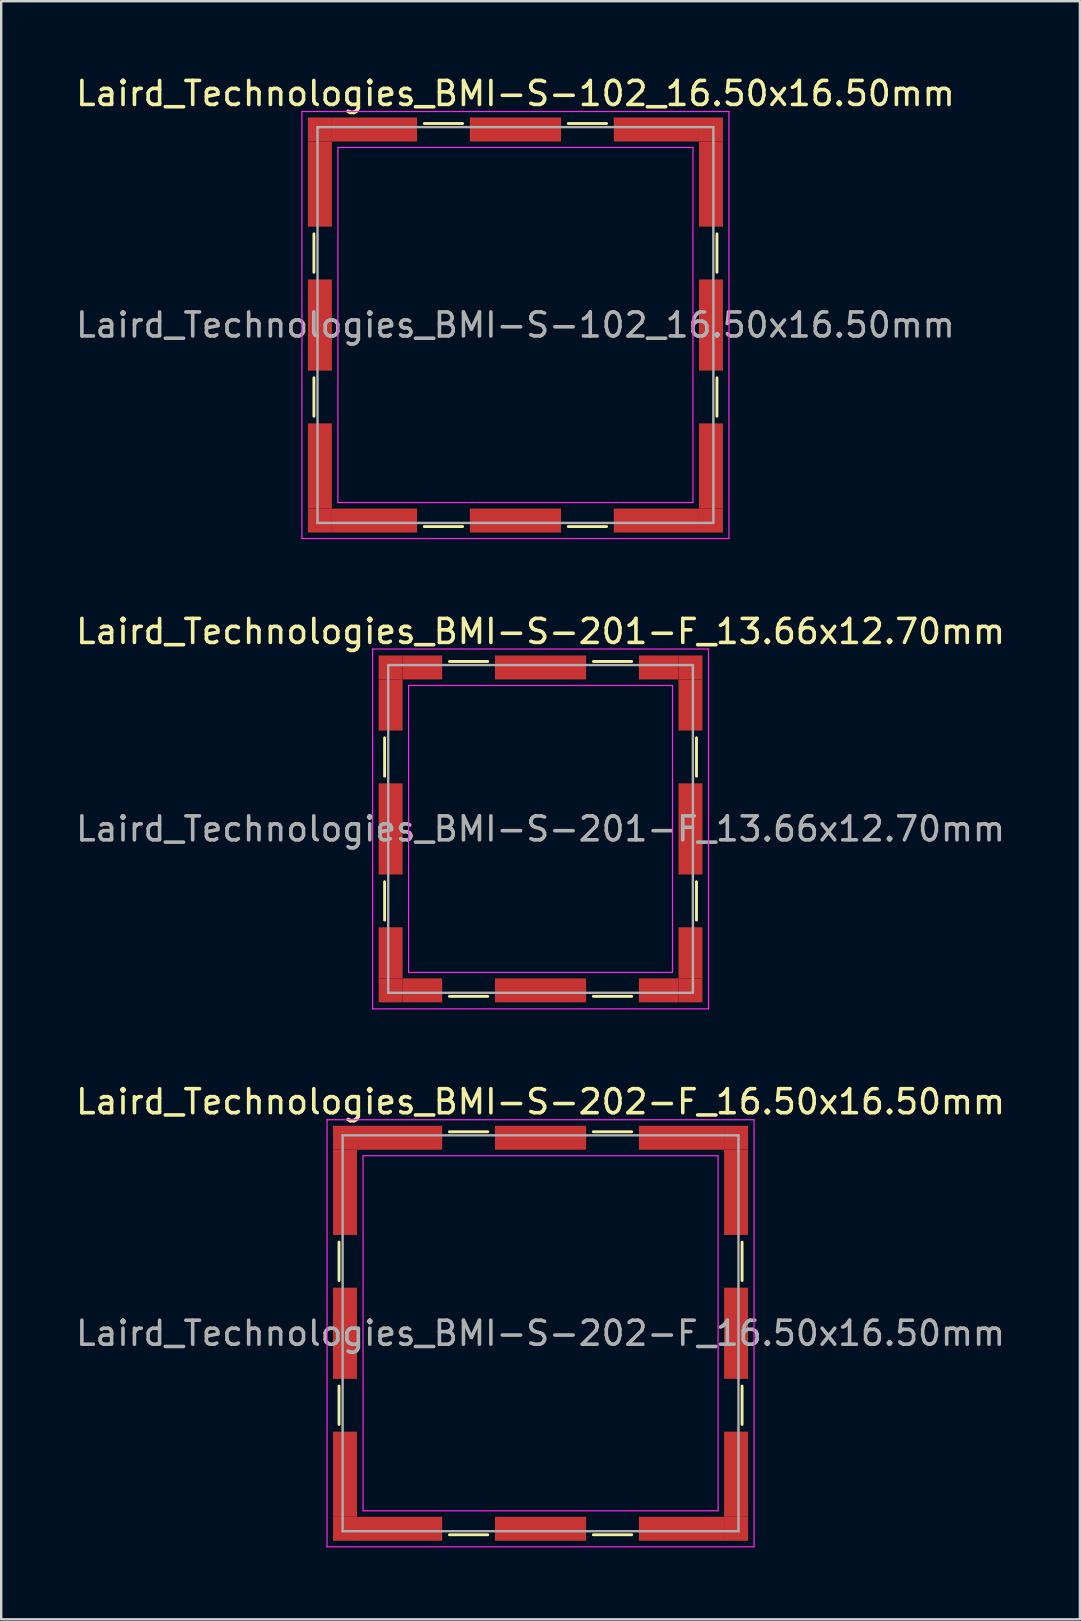
<source format=kicad_pcb>
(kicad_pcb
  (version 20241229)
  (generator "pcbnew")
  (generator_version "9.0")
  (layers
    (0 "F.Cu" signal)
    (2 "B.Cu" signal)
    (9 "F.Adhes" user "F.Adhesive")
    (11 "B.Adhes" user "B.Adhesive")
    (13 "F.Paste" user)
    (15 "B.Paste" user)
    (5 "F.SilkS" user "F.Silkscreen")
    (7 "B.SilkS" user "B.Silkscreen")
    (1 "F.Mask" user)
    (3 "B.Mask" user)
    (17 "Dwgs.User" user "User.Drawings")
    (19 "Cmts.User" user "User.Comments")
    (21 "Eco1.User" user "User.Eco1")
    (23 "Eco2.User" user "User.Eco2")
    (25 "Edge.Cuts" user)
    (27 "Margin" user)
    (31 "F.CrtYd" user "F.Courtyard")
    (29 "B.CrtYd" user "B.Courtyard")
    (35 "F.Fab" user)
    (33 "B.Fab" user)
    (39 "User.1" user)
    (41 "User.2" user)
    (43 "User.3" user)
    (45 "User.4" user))
  (footprint "Laird_Technologies_BMI-S-102_16.50x16.50mm"
    (layer "F.Cu")
    (at 18.435 10.498)
    (property "Reference" "Laird_Technologies_BMI-S-102_16.50x16.50mm" (at 0 -9.65 0) (layer "F.SilkS") (effects (font (size 1 1) (thickness 0.15))))
    (attr smd)
    (fp_line (start -8.4 -3.8) (end -8.4 -2.2) (stroke (width 0.12) (type solid)) (layer "F.SilkS"))
    (fp_line (start -8.4 2.2) (end -8.4 3.8) (stroke (width 0.12) (type solid)) (layer "F.SilkS"))
    (fp_line (start -3.8 -8.4) (end -2.2 -8.4) (stroke (width 0.12) (type solid)) (layer "F.SilkS"))
    (fp_line (start -3.8 8.4) (end -2.2 8.4) (stroke (width 0.12) (type solid)) (layer "F.SilkS"))
    (fp_line (start 2.2 -8.4) (end 3.8 -8.4) (stroke (width 0.12) (type solid)) (layer "F.SilkS"))
    (fp_line (start 2.2 8.4) (end 3.8 8.4) (stroke (width 0.12) (type solid)) (layer "F.SilkS"))
    (fp_line (start 8.4 -3.8) (end 8.4 -2.2) (stroke (width 0.12) (type solid)) (layer "F.SilkS"))
    (fp_line (start 8.4 2.2) (end 8.4 3.8) (stroke (width 0.12) (type solid)) (layer "F.SilkS"))
    (fp_line (start -8.9 -8.9) (end -8.9 8.9) (stroke (width 0.05) (type solid)) (layer "F.CrtYd"))
    (fp_line (start -8.9 8.9) (end 8.9 8.9) (stroke (width 0.05) (type solid)) (layer "F.CrtYd"))
    (fp_line (start -7.4 -7.4) (end -7.4 7.4) (stroke (width 0.05) (type solid)) (layer "F.CrtYd"))
    (fp_line (start 7.4 -7.4) (end -7.4 -7.4) (stroke (width 0.05) (type solid)) (layer "F.CrtYd"))
    (fp_line (start 7.4 -7.4) (end 7.4 7.4) (stroke (width 0.05) (type solid)) (layer "F.CrtYd"))
    (fp_line (start 7.4 7.4) (end -7.4 7.4) (stroke (width 0.05) (type solid)) (layer "F.CrtYd"))
    (fp_line (start 8.9 -8.9) (end -8.9 -8.9) (stroke (width 0.05) (type solid)) (layer "F.CrtYd"))
    (fp_line (start 8.9 8.9) (end 8.9 -8.9) (stroke (width 0.05) (type solid)) (layer "F.CrtYd"))
    (fp_line (start -8.25 -8.25) (end -8.25 8.25) (stroke (width 0.1) (type solid)) (layer "F.Fab"))
    (fp_line (start -8.25 8.25) (end 8.25 8.25) (stroke (width 0.1) (type solid)) (layer "F.Fab"))
    (fp_line (start 8.25 -8.25) (end -8.25 -8.25) (stroke (width 0.1) (type solid)) (layer "F.Fab"))
    (fp_line (start 8.25 8.25) (end 8.25 -8.25) (stroke (width 0.1) (type solid)) (layer "F.Fab"))
    (fp_text user "${REFERENCE}" (at 0 0 0) (layer "F.Fab") (effects (font (size 1 1) (thickness 0.15))))
    (pad "1" smd rect (at -8.15 -8.15) (size 1 1) (layers "F.Cu" "F.Mask" "F.Paste"))
    (pad "1" smd rect (at -8.15 -5.875) (size 1 3.55) (layers "F.Cu" "F.Mask" "F.Paste"))
    (pad "1" smd rect (at -8.15 0) (size 1 3.8) (layers "F.Cu" "F.Mask" "F.Paste"))
    (pad "1" smd rect (at -8.15 5.875) (size 1 3.55) (layers "F.Cu" "F.Mask" "F.Paste"))
    (pad "1" smd rect (at -8.15 8.15) (size 1 1) (layers "F.Cu" "F.Mask" "F.Paste"))
    (pad "1" smd rect (at -5.875 -8.15) (size 3.55 1) (layers "F.Cu" "F.Mask" "F.Paste"))
    (pad "1" smd rect (at -5.875 8.15) (size 3.55 1) (layers "F.Cu" "F.Mask" "F.Paste"))
    (pad "1" smd rect (at 0 -8.15) (size 3.8 1) (layers "F.Cu" "F.Mask" "F.Paste"))
    (pad "1" smd rect (at 0 8.15) (size 3.8 1) (layers "F.Cu" "F.Mask" "F.Paste"))
    (pad "1" smd rect (at 5.875 -8.15) (size 3.55 1) (layers "F.Cu" "F.Mask" "F.Paste"))
    (pad "1" smd rect (at 5.875 8.15) (size 3.55 1) (layers "F.Cu" "F.Mask" "F.Paste"))
    (pad "1" smd rect (at 8.15 -8.15) (size 1 1) (layers "F.Cu" "F.Mask" "F.Paste"))
    (pad "1" smd rect (at 8.15 -5.875) (size 1 3.55) (layers "F.Cu" "F.Mask" "F.Paste"))
    (pad "1" smd rect (at 8.15 0) (size 1 3.8) (layers "F.Cu" "F.Mask" "F.Paste"))
    (pad "1" smd rect (at 8.15 5.875) (size 1 3.55) (layers "F.Cu" "F.Mask" "F.Paste"))
    (pad "1" smd rect (at 8.15 8.15) (size 1 1) (layers "F.Cu" "F.Mask" "F.Paste")))
  (footprint "Laird_Technologies_BMI-S-201-F_13.66x12.70mm"
    (layer "F.Cu")
    (at 19.482 31.502)
    (property "Reference" "Laird_Technologies_BMI-S-201-F_13.66x12.70mm" (at 0 -8.23 0) (layer "F.SilkS") (effects (font (size 1 1) (thickness 0.15))))
    (attr smd)
    (fp_line (start -6.5 -3.8) (end -6.5 -2.2) (stroke (width 0.12) (type solid)) (layer "F.SilkS"))
    (fp_line (start -6.5 2.2) (end -6.5 3.8) (stroke (width 0.12) (type solid)) (layer "F.SilkS"))
    (fp_line (start -3.8 -6.98) (end -2.2 -6.98) (stroke (width 0.12) (type solid)) (layer "F.SilkS"))
    (fp_line (start -3.8 6.98) (end -2.2 6.98) (stroke (width 0.12) (type solid)) (layer "F.SilkS"))
    (fp_line (start 2.2 -6.98) (end 3.8 -6.98) (stroke (width 0.12) (type solid)) (layer "F.SilkS"))
    (fp_line (start 2.2 6.98) (end 3.8 6.98) (stroke (width 0.12) (type solid)) (layer "F.SilkS"))
    (fp_line (start 6.5 -3.8) (end 6.5 -2.2) (stroke (width 0.12) (type solid)) (layer "F.SilkS"))
    (fp_line (start 6.5 2.2) (end 6.5 3.8) (stroke (width 0.12) (type solid)) (layer "F.SilkS"))
    (fp_line (start -7 -7.5) (end -7 7.5) (stroke (width 0.05) (type solid)) (layer "F.CrtYd"))
    (fp_line (start -7 7.5) (end 7 7.5) (stroke (width 0.05) (type solid)) (layer "F.CrtYd"))
    (fp_line (start -5.5 -5.98) (end -5.5 5.98) (stroke (width 0.05) (type solid)) (layer "F.CrtYd"))
    (fp_line (start 5.5 -5.98) (end -5.5 -5.98) (stroke (width 0.05) (type solid)) (layer "F.CrtYd"))
    (fp_line (start 5.5 -5.98) (end 5.5 5.98) (stroke (width 0.05) (type solid)) (layer "F.CrtYd"))
    (fp_line (start 5.5 5.98) (end -5.5 5.98) (stroke (width 0.05) (type solid)) (layer "F.CrtYd"))
    (fp_line (start 7 -7.5) (end -7 -7.5) (stroke (width 0.05) (type solid)) (layer "F.CrtYd"))
    (fp_line (start 7 7.5) (end 7 -7.5) (stroke (width 0.05) (type solid)) (layer "F.CrtYd"))
    (fp_line (start -6.35 -6.83) (end -6.35 6.83) (stroke (width 0.1) (type solid)) (layer "F.Fab"))
    (fp_line (start -6.35 6.83) (end 6.35 6.83) (stroke (width 0.1) (type solid)) (layer "F.Fab"))
    (fp_line (start 6.35 -6.83) (end -6.35 -6.83) (stroke (width 0.1) (type solid)) (layer "F.Fab"))
    (fp_line (start 6.35 6.83) (end 6.35 -6.83) (stroke (width 0.1) (type solid)) (layer "F.Fab"))
    (fp_text user "${REFERENCE}" (at 0 0 0) (layer "F.Fab") (effects (font (size 1 1) (thickness 0.15))))
    (pad "1" smd rect (at -6.25 -6.73) (size 1 1) (layers "F.Cu" "F.Mask" "F.Paste"))
    (pad "1" smd rect (at -6.25 -5.165) (size 1 2.13) (layers "F.Cu" "F.Mask" "F.Paste"))
    (pad "1" smd rect (at -6.25 0) (size 1 3.8) (layers "F.Cu" "F.Mask" "F.Paste"))
    (pad "1" smd rect (at -6.25 5.165) (size 1 2.13) (layers "F.Cu" "F.Mask" "F.Paste"))
    (pad "1" smd rect (at -6.25 6.73) (size 1 1) (layers "F.Cu" "F.Mask" "F.Paste"))
    (pad "1" smd rect (at -4.925 -6.73) (size 1.65 1) (layers "F.Cu" "F.Mask" "F.Paste"))
    (pad "1" smd rect (at -4.925 6.73) (size 1.65 1) (layers "F.Cu" "F.Mask" "F.Paste"))
    (pad "1" smd rect (at 0 -6.73) (size 3.8 1) (layers "F.Cu" "F.Mask" "F.Paste"))
    (pad "1" smd rect (at 0 6.73) (size 3.8 1) (layers "F.Cu" "F.Mask" "F.Paste"))
    (pad "1" smd rect (at 4.925 -6.73) (size 1.65 1) (layers "F.Cu" "F.Mask" "F.Paste"))
    (pad "1" smd rect (at 4.925 6.73) (size 1.65 1) (layers "F.Cu" "F.Mask" "F.Paste"))
    (pad "1" smd rect (at 6.25 -6.73) (size 1 1) (layers "F.Cu" "F.Mask" "F.Paste"))
    (pad "1" smd rect (at 6.25 -5.165) (size 1 2.13) (layers "F.Cu" "F.Mask" "F.Paste"))
    (pad "1" smd rect (at 6.25 0) (size 1 3.8) (layers "F.Cu" "F.Mask" "F.Paste"))
    (pad "1" smd rect (at 6.25 5.165) (size 1 2.13) (layers "F.Cu" "F.Mask" "F.Paste"))
    (pad "1" smd rect (at 6.25 6.73) (size 1 1) (layers "F.Cu" "F.Mask" "F.Paste")))
  (footprint "Laird_Technologies_BMI-S-202-F_16.50x16.50mm"
    (layer "F.Cu")
    (at 19.482 52.525)
    (property "Reference" "Laird_Technologies_BMI-S-202-F_16.50x16.50mm" (at 0 -9.65 0) (layer "F.SilkS") (effects (font (size 1 1) (thickness 0.15))))
    (attr smd)
    (fp_line (start -8.4 -3.8) (end -8.4 -2.2) (stroke (width 0.12) (type solid)) (layer "F.SilkS"))
    (fp_line (start -8.4 2.2) (end -8.4 3.8) (stroke (width 0.12) (type solid)) (layer "F.SilkS"))
    (fp_line (start -3.8 -8.4) (end -2.2 -8.4) (stroke (width 0.12) (type solid)) (layer "F.SilkS"))
    (fp_line (start -3.8 8.4) (end -2.2 8.4) (stroke (width 0.12) (type solid)) (layer "F.SilkS"))
    (fp_line (start 2.2 -8.4) (end 3.8 -8.4) (stroke (width 0.12) (type solid)) (layer "F.SilkS"))
    (fp_line (start 2.2 8.4) (end 3.8 8.4) (stroke (width 0.12) (type solid)) (layer "F.SilkS"))
    (fp_line (start 8.4 -3.8) (end 8.4 -2.2) (stroke (width 0.12) (type solid)) (layer "F.SilkS"))
    (fp_line (start 8.4 2.2) (end 8.4 3.8) (stroke (width 0.12) (type solid)) (layer "F.SilkS"))
    (fp_line (start -8.9 -8.9) (end -8.9 8.9) (stroke (width 0.05) (type solid)) (layer "F.CrtYd"))
    (fp_line (start -8.9 8.9) (end 8.9 8.9) (stroke (width 0.05) (type solid)) (layer "F.CrtYd"))
    (fp_line (start -7.4 -7.4) (end -7.4 7.4) (stroke (width 0.05) (type solid)) (layer "F.CrtYd"))
    (fp_line (start 7.4 -7.4) (end -7.4 -7.4) (stroke (width 0.05) (type solid)) (layer "F.CrtYd"))
    (fp_line (start 7.4 -7.4) (end 7.4 7.4) (stroke (width 0.05) (type solid)) (layer "F.CrtYd"))
    (fp_line (start 7.4 7.4) (end -7.4 7.4) (stroke (width 0.05) (type solid)) (layer "F.CrtYd"))
    (fp_line (start 8.9 -8.9) (end -8.9 -8.9) (stroke (width 0.05) (type solid)) (layer "F.CrtYd"))
    (fp_line (start 8.9 8.9) (end 8.9 -8.9) (stroke (width 0.05) (type solid)) (layer "F.CrtYd"))
    (fp_line (start -8.25 -8.25) (end -8.25 8.25) (stroke (width 0.1) (type solid)) (layer "F.Fab"))
    (fp_line (start -8.25 8.25) (end 8.25 8.25) (stroke (width 0.1) (type solid)) (layer "F.Fab"))
    (fp_line (start 8.25 -8.25) (end -8.25 -8.25) (stroke (width 0.1) (type solid)) (layer "F.Fab"))
    (fp_line (start 8.25 8.25) (end 8.25 -8.25) (stroke (width 0.1) (type solid)) (layer "F.Fab"))
    (fp_text user "${REFERENCE}" (at 0 0 0) (layer "F.Fab") (effects (font (size 1 1) (thickness 0.15))))
    (pad "1" smd rect (at -8.15 -8.15) (size 1 1) (layers "F.Cu" "F.Mask" "F.Paste"))
    (pad "1" smd rect (at -8.15 -5.875) (size 1 3.55) (layers "F.Cu" "F.Mask" "F.Paste"))
    (pad "1" smd rect (at -8.15 0) (size 1 3.8) (layers "F.Cu" "F.Mask" "F.Paste"))
    (pad "1" smd rect (at -8.15 5.875) (size 1 3.55) (layers "F.Cu" "F.Mask" "F.Paste"))
    (pad "1" smd rect (at -8.15 8.15) (size 1 1) (layers "F.Cu" "F.Mask" "F.Paste"))
    (pad "1" smd rect (at -5.875 -8.15) (size 3.55 1) (layers "F.Cu" "F.Mask" "F.Paste"))
    (pad "1" smd rect (at -5.875 8.15) (size 3.55 1) (layers "F.Cu" "F.Mask" "F.Paste"))
    (pad "1" smd rect (at 0 -8.15) (size 3.8 1) (layers "F.Cu" "F.Mask" "F.Paste"))
    (pad "1" smd rect (at 0 8.15) (size 3.8 1) (layers "F.Cu" "F.Mask" "F.Paste"))
    (pad "1" smd rect (at 5.875 -8.15) (size 3.55 1) (layers "F.Cu" "F.Mask" "F.Paste"))
    (pad "1" smd rect (at 5.875 8.15) (size 3.55 1) (layers "F.Cu" "F.Mask" "F.Paste"))
    (pad "1" smd rect (at 8.15 -8.15) (size 1 1) (layers "F.Cu" "F.Mask" "F.Paste"))
    (pad "1" smd rect (at 8.15 -5.875) (size 1 3.55) (layers "F.Cu" "F.Mask" "F.Paste"))
    (pad "1" smd rect (at 8.15 0) (size 1 3.8) (layers "F.Cu" "F.Mask" "F.Paste"))
    (pad "1" smd rect (at 8.15 5.875) (size 1 3.55) (layers "F.Cu" "F.Mask" "F.Paste"))
    (pad "1" smd rect (at 8.15 8.15) (size 1 1) (layers "F.Cu" "F.Mask" "F.Paste")))
  (gr_rect
    (start -3 -3)
    (end 41.964 64.45)
    (stroke (width 0.1) (type default))
    (fill no)
    (layer "Edge.Cuts")))
</source>
